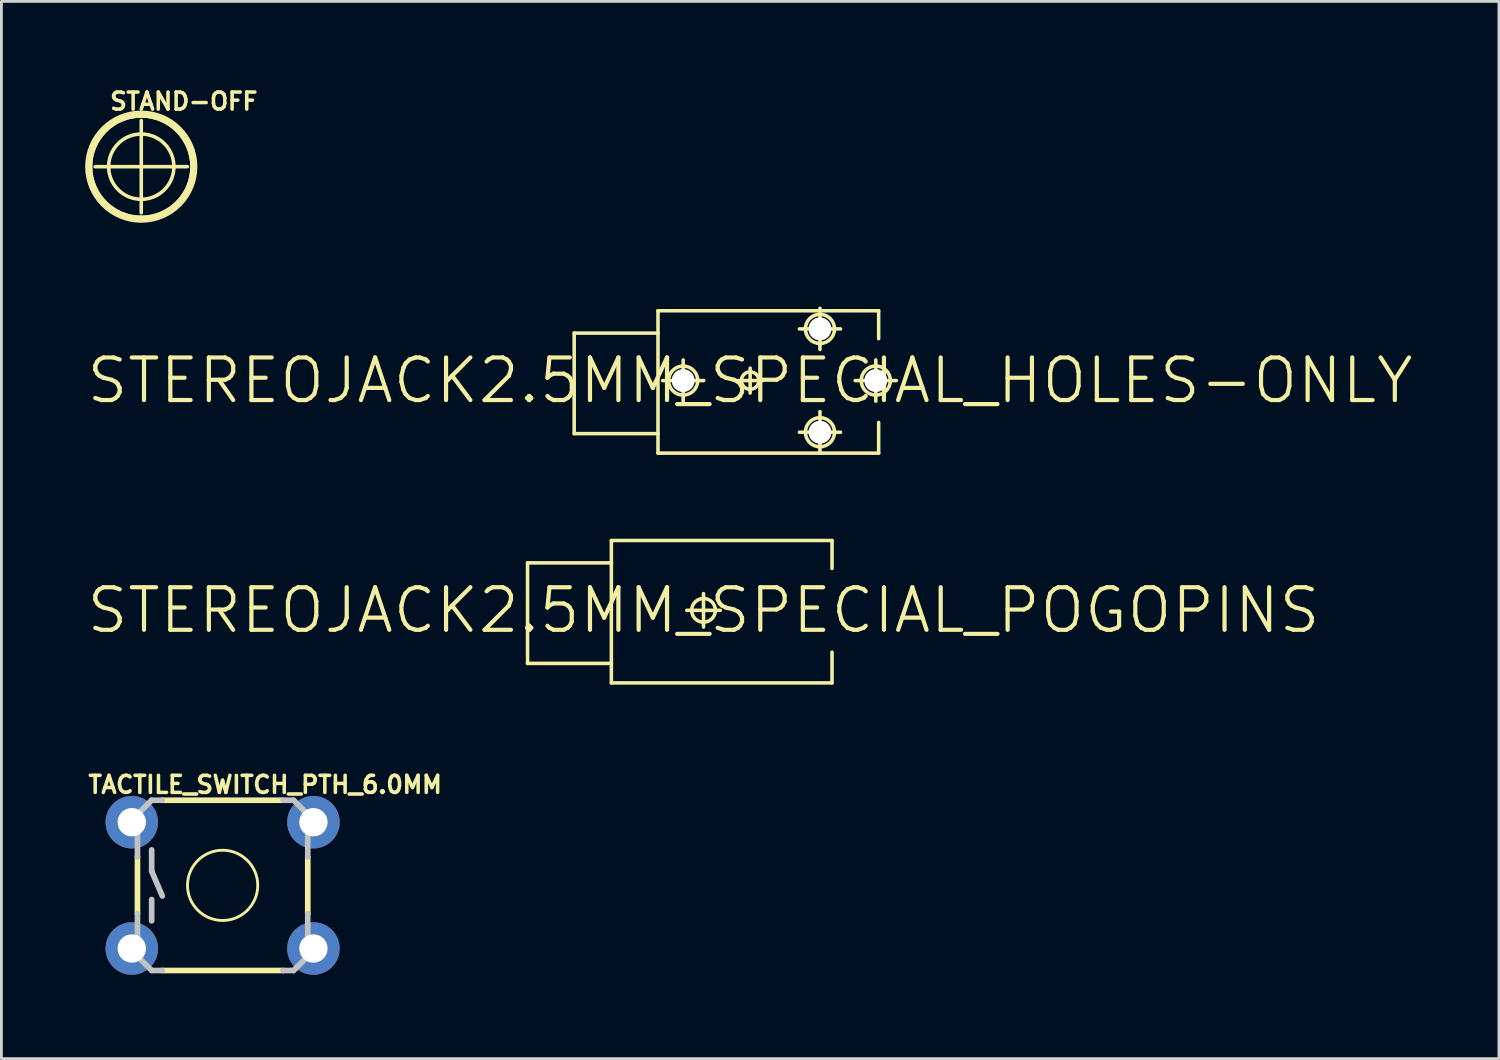
<source format=kicad_pcb>
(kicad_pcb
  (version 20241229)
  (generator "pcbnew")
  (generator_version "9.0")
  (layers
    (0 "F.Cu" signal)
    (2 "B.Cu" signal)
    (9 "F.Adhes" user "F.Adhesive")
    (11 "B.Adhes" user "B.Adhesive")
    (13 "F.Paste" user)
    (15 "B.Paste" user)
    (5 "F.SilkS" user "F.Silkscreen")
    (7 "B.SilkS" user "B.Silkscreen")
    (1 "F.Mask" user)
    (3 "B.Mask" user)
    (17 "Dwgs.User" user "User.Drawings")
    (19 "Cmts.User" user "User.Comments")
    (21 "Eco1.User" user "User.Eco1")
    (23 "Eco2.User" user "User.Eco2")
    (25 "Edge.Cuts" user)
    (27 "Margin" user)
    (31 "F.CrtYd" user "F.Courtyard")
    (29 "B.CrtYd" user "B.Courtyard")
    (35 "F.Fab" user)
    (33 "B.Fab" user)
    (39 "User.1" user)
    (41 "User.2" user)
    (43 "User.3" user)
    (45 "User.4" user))
  (footprint "STEREOJACK2.5MM_SPECIAL_HOLES-ONLY"
    (layer "F.Cu")
    (at 23.803 10.573)
    (property "Reference" "STEREOJACK2.5MM_SPECIAL_HOLES-ONLY" (at 0 0 0) (layer "F.SilkS") (effects (font (size 1.524 1.524) (thickness 0.15))))
    (attr exclude_from_pos_files exclude_from_bom)
    (fp_line (start -6.299 -1.699) (end -6.299 1.9) (stroke (width 0.127) (type solid)) (layer "F.SilkS"))
    (fp_line (start -6.299 1.9) (end -3.299 1.9) (stroke (width 0.127) (type solid)) (layer "F.SilkS"))
    (fp_line (start -3.299 -2.499) (end -3.299 -1.699) (stroke (width 0.127) (type solid)) (layer "F.SilkS"))
    (fp_line (start -3.299 -1.699) (end -6.299 -1.699) (stroke (width 0.127) (type solid)) (layer "F.SilkS"))
    (fp_line (start -3.299 -1.699) (end -3.299 1.9) (stroke (width 0.127) (type solid)) (layer "F.SilkS"))
    (fp_line (start -3.299 1.9) (end -3.299 2.598) (stroke (width 0.127) (type solid)) (layer "F.SilkS"))
    (fp_line (start -3.299 2.598) (end 4.6 2.598) (stroke (width 0.127) (type solid)) (layer "F.SilkS"))
    (fp_line (start -3.134 0) (end -1.661 0) (stroke (width 0.127) (type solid)) (layer "F.SilkS"))
    (fp_line (start -2.398 0.737) (end -2.398 -0.737) (stroke (width 0.127) (type solid)) (layer "F.SilkS"))
    (fp_line (start -0.445 0) (end 0.445 0) (stroke (width 0.127) (type solid)) (layer "F.SilkS"))
    (fp_line (start 0 0.445) (end 0 -0.445) (stroke (width 0.127) (type solid)) (layer "F.SilkS"))
    (fp_line (start 1.763 -1.849) (end 3.236 -1.849) (stroke (width 0.127) (type solid)) (layer "F.SilkS"))
    (fp_line (start 1.763 1.849) (end 3.236 1.849) (stroke (width 0.127) (type solid)) (layer "F.SilkS"))
    (fp_line (start 2.499 -1.113) (end 2.499 -2.586) (stroke (width 0.127) (type solid)) (layer "F.SilkS"))
    (fp_line (start 2.499 2.586) (end 2.499 1.113) (stroke (width 0.127) (type solid)) (layer "F.SilkS"))
    (fp_line (start 3.762 0) (end 5.235 0) (stroke (width 0.127) (type solid)) (layer "F.SilkS"))
    (fp_line (start 4.498 0.737) (end 4.498 -0.737) (stroke (width 0.127) (type solid)) (layer "F.SilkS"))
    (fp_line (start 4.6 -2.499) (end -3.299 -2.499) (stroke (width 0.127) (type solid)) (layer "F.SilkS"))
    (fp_line (start 4.6 -1.499) (end 4.6 -2.499) (stroke (width 0.127) (type solid)) (layer "F.SilkS"))
    (fp_line (start 4.6 2.598) (end 4.6 1.499) (stroke (width 0.127) (type solid)) (layer "F.SilkS"))
    (fp_circle (center -2.398 0) (end -2.766 0.368) (stroke (width 0.127) (type solid)) (fill no) (layer "F.SilkS"))
    (fp_circle (center 0 0) (end -0.221 0.221) (stroke (width 0.127) (type solid)) (fill no) (layer "F.SilkS"))
    (fp_circle (center 2.499 -1.849) (end 2.868 -2.217) (stroke (width 0.127) (type solid)) (fill no) (layer "F.SilkS"))
    (fp_circle (center 2.499 1.849) (end 2.868 2.217) (stroke (width 0.127) (type solid)) (fill no) (layer "F.SilkS"))
    (fp_circle (center 4.498 0) (end 4.867 0.368) (stroke (width 0.127) (type solid)) (fill no) (layer "F.SilkS"))
    (pad "RING" thru_hole circle (at 2.499 -1.849) (size 0.813 0.813) (drill 0.889) (layers "*.Cu" "*.Paste" "*.Mask"))
    (pad "RING" thru_hole circle (at 2.499 1.849) (size 0.813 0.813) (drill 0.889) (layers "*.Cu" "*.Paste" "*.Mask"))
    (pad "SHIE" thru_hole circle (at -2.398 0) (size 0.813 0.813) (drill 0.889) (layers "*.Cu" "*.Paste" "*.Mask"))
    (pad "TIP" thru_hole circle (at 4.498 0) (size 0.813 0.813) (drill 0.889) (layers "*.Cu" "*.Paste" "*.Mask")))
  (footprint "TACTILE_SWITCH_PTH_6.0MM"
    (layer "F.Cu")
    (at 4.919 28.643)
    (property "Reference" "TACTILE_SWITCH_PTH_6.0MM" (at 1.524 -3.604 0) (layer "F.SilkS") (effects (font (size 0.61 0.61) (thickness 0.127))))
    (attr exclude_from_pos_files exclude_from_bom)
    (fp_line (start -3.048 -1.026) (end -3.048 1.016) (stroke (width 0.203) (type solid)) (layer "F.SilkS"))
    (fp_line (start -2.159 3.048) (end 2.159 3.048) (stroke (width 0.203) (type solid)) (layer "F.SilkS"))
    (fp_line (start 2.159 -3.048) (end -2.159 -3.048) (stroke (width 0.203) (type solid)) (layer "F.SilkS"))
    (fp_line (start 3.048 -0.996) (end 3.048 1.016) (stroke (width 0.203) (type solid)) (layer "F.SilkS"))
    (fp_circle (center 0 0) (end -0.889 0.889) (stroke (width 0.102) (type solid)) (fill no) (layer "F.SilkS"))
    (fp_line (start -3.048 -2.54) (end -3.048 -1.016) (stroke (width 0.203) (type solid)) (layer "Dwgs.User"))
    (fp_line (start -3.048 2.54) (end -3.048 1.016) (stroke (width 0.203) (type solid)) (layer "Dwgs.User"))
    (fp_line (start -2.54 -3.048) (end -3.048 -2.54) (stroke (width 0.203) (type solid)) (layer "Dwgs.User"))
    (fp_line (start -2.54 -3.048) (end -2.159 -3.048) (stroke (width 0.203) (type solid)) (layer "Dwgs.User"))
    (fp_line (start -2.54 -1.27) (end -2.54 -0.508) (stroke (width 0.203) (type solid)) (layer "Dwgs.User"))
    (fp_line (start -2.54 -0.508) (end -2.159 0.381) (stroke (width 0.203) (type solid)) (layer "Dwgs.User"))
    (fp_line (start -2.54 0.508) (end -2.54 1.27) (stroke (width 0.203) (type solid)) (layer "Dwgs.User"))
    (fp_line (start -2.54 3.048) (end -3.048 2.54) (stroke (width 0.203) (type solid)) (layer "Dwgs.User"))
    (fp_line (start -2.54 3.048) (end -2.159 3.048) (stroke (width 0.203) (type solid)) (layer "Dwgs.User"))
    (fp_line (start 2.54 -3.048) (end 2.159 -3.048) (stroke (width 0.203) (type solid)) (layer "Dwgs.User"))
    (fp_line (start 2.54 3.048) (end 2.159 3.048) (stroke (width 0.203) (type solid)) (layer "Dwgs.User"))
    (fp_line (start 2.54 3.048) (end 3.048 2.54) (stroke (width 0.203) (type solid)) (layer "Dwgs.User"))
    (fp_line (start 3.048 -2.54) (end 2.54 -3.048) (stroke (width 0.203) (type solid)) (layer "Dwgs.User"))
    (fp_line (start 3.048 -1.016) (end 3.048 -2.54) (stroke (width 0.203) (type solid)) (layer "Dwgs.User"))
    (fp_line (start 3.048 2.54) (end 3.048 1.016) (stroke (width 0.203) (type solid)) (layer "Dwgs.User"))
    (pad "1" thru_hole circle (at -3.251 -2.261) (size 1.88 1.88) (drill 1.016) (layers "*.Cu" "*.Paste" "*.Mask"))
    (pad "2" thru_hole circle (at 3.251 -2.261) (size 1.88 1.88) (drill 1.016) (layers "*.Cu" "*.Paste" "*.Mask"))
    (pad "3" thru_hole circle (at -3.251 2.261) (size 1.88 1.88) (drill 1.016) (layers "*.Cu" "*.Paste" "*.Mask"))
    (pad "4" thru_hole circle (at 3.251 2.261) (size 1.88 1.88) (drill 1.016) (layers "*.Cu" "*.Paste" "*.Mask")))
  (footprint "STAND-OFF"
    (layer "F.Cu")
    (at 2.007 2.916)
    (property "Reference" "STAND-OFF" (at 1.524 -2.337 0) (layer "F.SilkS") (effects (font (size 0.61 0.61) (thickness 0.127))))
    (attr exclude_from_pos_files exclude_from_bom)
    (fp_line (start -1.651 0) (end 1.651 0) (stroke (width 0.127) (type solid)) (layer "F.SilkS"))
    (fp_line (start 0 1.651) (end 0 -1.651) (stroke (width 0.127) (type solid)) (layer "F.SilkS"))
    (fp_arc (start 0 -1.8542) (mid 1.8542 0) (end 0 1.8542) (stroke (width 0.2032) (type solid)) (layer "F.SilkS"))
    (fp_arc (start 0 -1.8542) (mid 1.8542 0) (end 0 1.8542) (stroke (width 0.2032) (type solid)) (layer "F.SilkS"))
    (fp_arc (start 0 1.8542) (mid -1.8542 0) (end 0 -1.8542) (stroke (width 0.2032) (type solid)) (layer "F.SilkS"))
    (fp_arc (start 0 1.8542) (mid -1.8542 0) (end 0 -1.8542) (stroke (width 0.2032) (type solid)) (layer "F.SilkS"))
    (fp_circle (center 0 0) (end -1.397 1.397) (stroke (width 0.064) (type solid)) (fill no) (layer "F.SilkS"))
    (fp_circle (center 0 0) (end -0.826 0.826) (stroke (width 0.127) (type solid)) (fill no) (layer "F.SilkS")))
  (footprint "STEREOJACK2.5MM_SPECIAL_POGOPINS"
    (layer "F.Cu")
    (at 22.134 18.798)
    (property "Reference" "STEREOJACK2.5MM_SPECIAL_POGOPINS" (at 0 0 0) (layer "F.SilkS") (effects (font (size 1.524 1.524) (thickness 0.15))))
    (attr exclude_from_pos_files exclude_from_bom)
    (fp_line (start -6.299 -1.699) (end -6.299 1.9) (stroke (width 0.127) (type solid)) (layer "F.SilkS"))
    (fp_line (start -6.299 1.9) (end -3.299 1.9) (stroke (width 0.127) (type solid)) (layer "F.SilkS"))
    (fp_line (start -3.299 -2.499) (end -3.299 -1.699) (stroke (width 0.127) (type solid)) (layer "F.SilkS"))
    (fp_line (start -3.299 -1.699) (end -6.299 -1.699) (stroke (width 0.127) (type solid)) (layer "F.SilkS"))
    (fp_line (start -3.299 -1.699) (end -3.299 1.9) (stroke (width 0.127) (type solid)) (layer "F.SilkS"))
    (fp_line (start -3.299 1.9) (end -3.299 2.598) (stroke (width 0.127) (type solid)) (layer "F.SilkS"))
    (fp_line (start -3.299 2.598) (end 4.6 2.598) (stroke (width 0.127) (type solid)) (layer "F.SilkS"))
    (fp_line (start -0.599 0) (end 0.599 0) (stroke (width 0.127) (type solid)) (layer "F.SilkS"))
    (fp_line (start 0 0.599) (end 0 -0.599) (stroke (width 0.127) (type solid)) (layer "F.SilkS"))
    (fp_line (start 4.6 -2.499) (end -3.299 -2.499) (stroke (width 0.127) (type solid)) (layer "F.SilkS"))
    (fp_line (start 4.6 -1.499) (end 4.6 -2.499) (stroke (width 0.127) (type solid)) (layer "F.SilkS"))
    (fp_line (start 4.6 2.598) (end 4.6 1.499) (stroke (width 0.127) (type solid)) (layer "F.SilkS"))
    (fp_circle (center 0 0) (end -0.3 0.3) (stroke (width 0.127) (type solid)) (fill no) (layer "F.SilkS"))
    (pad "RING" thru_hole rect (at 2.499 -1.849) (size 0.001 0.001) (drill 1.118) (layers "*.Cu" "*.Paste" "*.Mask"))
    (pad "RING" thru_hole rect (at 2.499 1.849) (size 0.001 0.001) (drill 1.118) (layers "*.Cu" "*.Paste" "*.Mask"))
    (pad "SHIE" thru_hole rect (at -2.398 0) (size 0.001 0.001) (drill 1.118) (layers "*.Cu" "*.Paste" "*.Mask"))
    (pad "TIP" thru_hole rect (at 4.498 0) (size 0.001 0.001) (drill 1.118) (layers "*.Cu" "*.Paste" "*.Mask")))
  (gr_rect
    (start -3 -3)
    (end 50.607 34.844)
    (stroke (width 0.1) (type default))
    (fill no)
    (layer "Edge.Cuts")))
</source>
